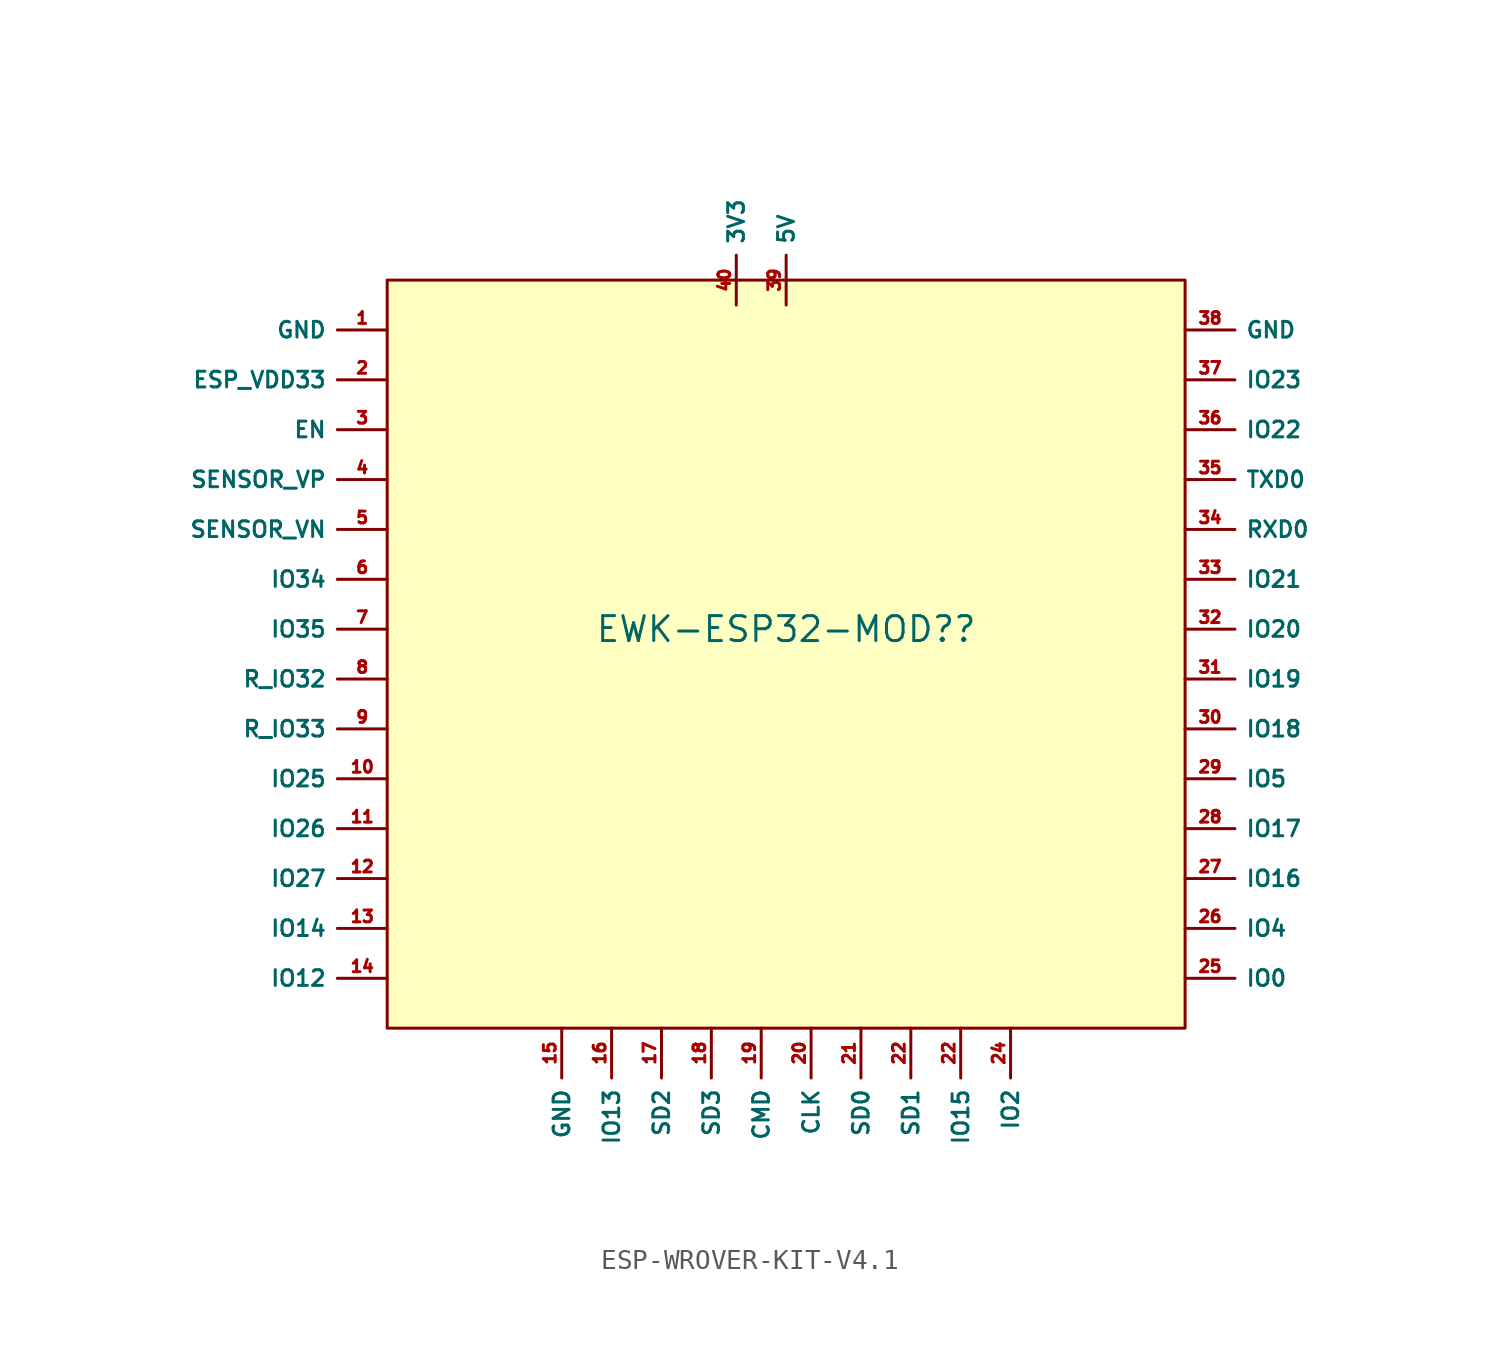
<source format=kicad_sym>
(kicad_symbol_lib
  (version 20220914)
  (generator kicad_symbol_editor)
  (symbol "ESP-WROVER-KIT-V4.1"
    (property "Reference" "EWK-ESP32-MOD?"
      (at 1.27 1.27 0)
      (effects (font (size 1.27 1.27))))
    (property "Value" ""
      (at 0 24.13 0)
      (effects (font (size 1.27 1.27))))
    (symbol "ESP-WROVER-KIT-V4.1_1_1"
      (rectangle (start -19.05 19.05) (end 21.59 -19.05) (stroke (width 0) (type default)) (fill (type background)))
      (pin bidirectional line (at -19.05 16.51 180) (length 2.54) (name "GND" (effects (font (size 0.8 0.8)))) (number "1" (effects (font (size 0.6 0.6)))))
      (pin bidirectional line (at -19.05 -6.35 180) (length 2.54) (name "IO25" (effects (font (size 0.8 0.8)))) (number "10" (effects (font (size 0.6 0.6)))))
      (pin bidirectional line (at -19.05 -8.89 180) (length 2.54) (name "IO26" (effects (font (size 0.8 0.8)))) (number "11" (effects (font (size 0.6 0.6)))))
      (pin bidirectional line (at -19.05 -11.43 180) (length 2.54) (name "IO27" (effects (font (size 0.8 0.8)))) (number "12" (effects (font (size 0.6 0.6)))))
      (pin bidirectional line (at -19.05 -13.97 180) (length 2.54) (name "IO14" (effects (font (size 0.8 0.8)))) (number "13" (effects (font (size 0.6 0.6)))))
      (pin bidirectional line (at -19.05 -16.51 180) (length 2.54) (name "IO12" (effects (font (size 0.8 0.8)))) (number "14" (effects (font (size 0.6 0.6)))))
      (pin bidirectional line (at -10.16 -19.05 270) (length 2.54) (name "GND" (effects (font (size 0.8 0.8)))) (number "15" (effects (font (size 0.6 0.6)))))
      (pin bidirectional line (at -7.62 -19.05 270) (length 2.54) (name "IO13" (effects (font (size 0.8 0.8)))) (number "16" (effects (font (size 0.6 0.6)))))
      (pin bidirectional line (at -5.08 -19.05 270) (length 2.54) (name "SD2" (effects (font (size 0.8 0.8)))) (number "17" (effects (font (size 0.6 0.6)))))
      (pin bidirectional line (at -2.54 -19.05 270) (length 2.54) (name "SD3" (effects (font (size 0.8 0.8)))) (number "18" (effects (font (size 0.6 0.6)))))
      (pin bidirectional line (at 0 -19.05 270) (length 2.54) (name "CMD" (effects (font (size 0.8 0.8)))) (number "19" (effects (font (size 0.6 0.6)))))
      (pin bidirectional line (at -19.05 13.97 180) (length 2.54) (name "ESP_VDD33" (effects (font (size 0.8 0.8)))) (number "2" (effects (font (size 0.6 0.6)))))
      (pin bidirectional line (at 2.54 -19.05 270) (length 2.54) (name "CLK" (effects (font (size 0.8 0.8)))) (number "20" (effects (font (size 0.6 0.6)))))
      (pin bidirectional line (at 5.08 -19.05 270) (length 2.54) (name "SD0" (effects (font (size 0.8 0.8)))) (number "21" (effects (font (size 0.6 0.6)))))
      (pin bidirectional line (at 10.16 -19.05 270) (length 2.54) (name "IO15" (effects (font (size 0.8 0.8)))) (number "22" (effects (font (size 0.6 0.6)))))
      (pin bidirectional line (at 7.62 -19.05 270) (length 2.54) (name "SD1" (effects (font (size 0.8 0.8)))) (number "22" (effects (font (size 0.6 0.6)))))
      (pin bidirectional line (at 12.7 -19.05 270) (length 2.54) (name "IO2" (effects (font (size 0.8 0.8)))) (number "24" (effects (font (size 0.6 0.6)))))
      (pin bidirectional line (at 21.59 -16.51 0) (length 2.54) (name "IO0" (effects (font (size 0.8 0.8)))) (number "25" (effects (font (size 0.6 0.6)))))
      (pin bidirectional line (at 21.59 -13.97 0) (length 2.54) (name "IO4" (effects (font (size 0.8 0.8)))) (number "26" (effects (font (size 0.6 0.6)))))
      (pin bidirectional line (at 21.59 -11.43 0) (length 2.54) (name "IO16" (effects (font (size 0.8 0.8)))) (number "27" (effects (font (size 0.6 0.6)))))
      (pin bidirectional line (at 21.59 -8.89 0) (length 2.54) (name "IO17" (effects (font (size 0.8 0.8)))) (number "28" (effects (font (size 0.6 0.6)))))
      (pin bidirectional line (at 21.59 -6.35 0) (length 2.54) (name "IO5" (effects (font (size 0.8 0.8)))) (number "29" (effects (font (size 0.6 0.6)))))
      (pin bidirectional line (at -19.05 11.43 180) (length 2.54) (name "EN" (effects (font (size 0.8 0.8)))) (number "3" (effects (font (size 0.6 0.6)))))
      (pin bidirectional line (at 21.59 -3.81 0) (length 2.54) (name "IO18" (effects (font (size 0.8 0.8)))) (number "30" (effects (font (size 0.6 0.6)))))
      (pin bidirectional line (at 21.59 -1.27 0) (length 2.54) (name "IO19" (effects (font (size 0.8 0.8)))) (number "31" (effects (font (size 0.6 0.6)))))
      (pin bidirectional line (at 21.59 1.27 0) (length 2.54) (name "IO20" (effects (font (size 0.8 0.8)))) (number "32" (effects (font (size 0.6 0.6)))))
      (pin bidirectional line (at 21.59 3.81 0) (length 2.54) (name "IO21" (effects (font (size 0.8 0.8)))) (number "33" (effects (font (size 0.6 0.6)))))
      (pin bidirectional line (at 21.59 6.35 0) (length 2.54) (name "RXD0" (effects (font (size 0.8 0.8)))) (number "34" (effects (font (size 0.6 0.6)))))
      (pin bidirectional line (at 21.59 8.89 0) (length 2.54) (name "TXD0" (effects (font (size 0.8 0.8)))) (number "35" (effects (font (size 0.6 0.6)))))
      (pin bidirectional line (at 21.59 11.43 0) (length 2.54) (name "IO22" (effects (font (size 0.8 0.8)))) (number "36" (effects (font (size 0.6 0.6)))))
      (pin bidirectional line (at 21.59 13.97 0) (length 2.54) (name "IO23" (effects (font (size 0.8 0.8)))) (number "37" (effects (font (size 0.6 0.6)))))
      (pin bidirectional line (at 21.59 16.51 0) (length 2.54) (name "GND" (effects (font (size 0.8 0.8)))) (number "38" (effects (font (size 0.6 0.6)))))
      (pin bidirectional line (at 1.27 17.78 90) (length 2.54) (name "5V" (effects (font (size 0.8 0.8)))) (number "39" (effects (font (size 0.6 0.6)))))
      (pin bidirectional line (at -19.05 8.89 180) (length 2.54) (name "SENSOR_VP" (effects (font (size 0.8 0.8)))) (number "4" (effects (font (size 0.6 0.6)))))
      (pin bidirectional line (at -1.27 17.78 90) (length 2.54) (name "3V3" (effects (font (size 0.8 0.8)))) (number "40" (effects (font (size 0.6 0.6)))))
      (pin bidirectional line (at -19.05 6.35 180) (length 2.54) (name "SENSOR_VN" (effects (font (size 0.8 0.8)))) (number "5" (effects (font (size 0.6 0.6)))))
      (pin bidirectional line (at -19.05 3.81 180) (length 2.54) (name "IO34" (effects (font (size 0.8 0.8)))) (number "6" (effects (font (size 0.6 0.6)))))
      (pin bidirectional line (at -19.05 1.27 180) (length 2.54) (name "IO35" (effects (font (size 0.8 0.8)))) (number "7" (effects (font (size 0.6 0.6)))))
      (pin bidirectional line (at -19.05 -1.27 180) (length 2.54) (name "R_IO32" (effects (font (size 0.8 0.8)))) (number "8" (effects (font (size 0.6 0.6)))))
      (pin bidirectional line (at -19.05 -3.81 180) (length 2.54) (name "R_IO33" (effects (font (size 0.8 0.8)))) (number "9" (effects (font (size 0.6 0.6))))))))
</source>
